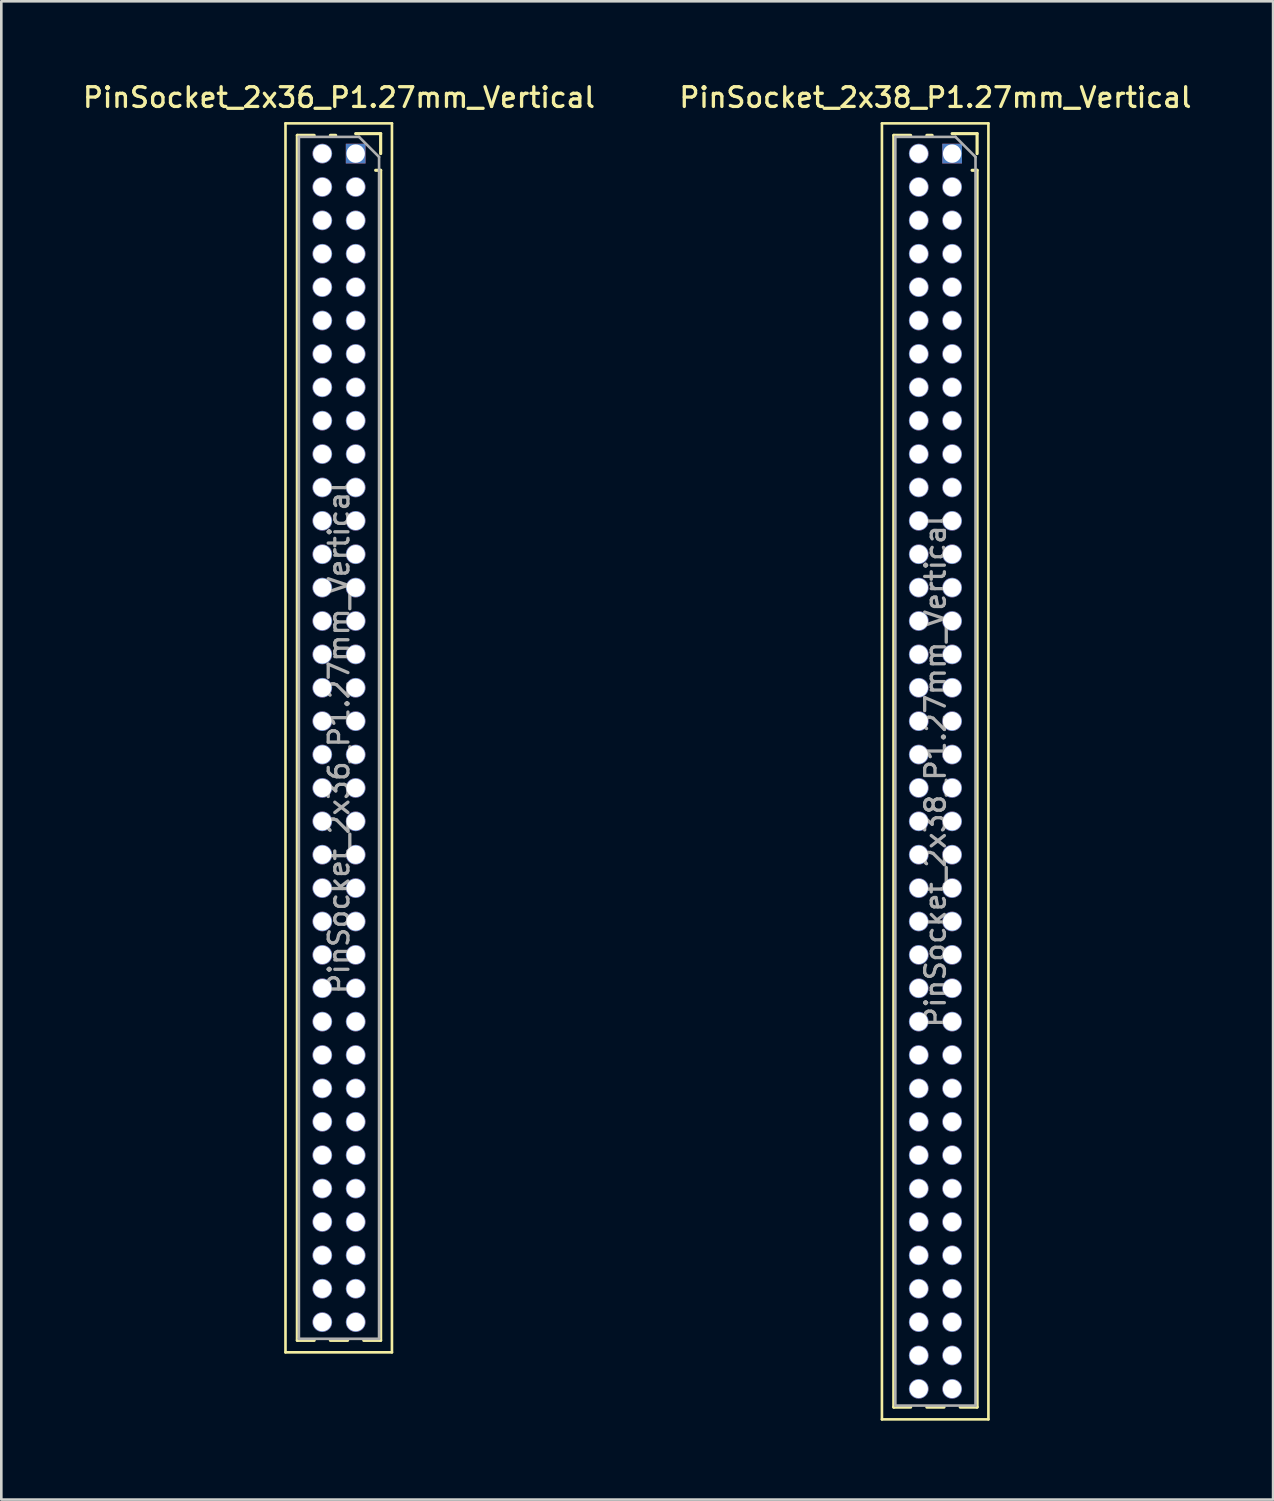
<source format=kicad_pcb>
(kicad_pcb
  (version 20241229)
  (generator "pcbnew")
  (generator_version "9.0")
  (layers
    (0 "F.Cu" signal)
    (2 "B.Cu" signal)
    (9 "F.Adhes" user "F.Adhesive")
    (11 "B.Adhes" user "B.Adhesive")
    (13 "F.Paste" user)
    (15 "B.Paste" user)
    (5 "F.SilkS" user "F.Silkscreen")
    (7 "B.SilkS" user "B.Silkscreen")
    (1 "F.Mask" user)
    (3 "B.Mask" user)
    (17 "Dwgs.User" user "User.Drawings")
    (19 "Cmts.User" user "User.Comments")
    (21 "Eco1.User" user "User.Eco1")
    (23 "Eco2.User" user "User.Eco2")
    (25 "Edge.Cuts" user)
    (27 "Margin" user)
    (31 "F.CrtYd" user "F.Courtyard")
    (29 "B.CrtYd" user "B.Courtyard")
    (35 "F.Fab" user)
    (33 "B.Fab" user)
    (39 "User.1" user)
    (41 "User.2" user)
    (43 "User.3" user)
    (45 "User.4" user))
  (footprint "PinSocket_2x38_P1.27mm_Vertical"
    (layer "F.Cu")
    (at 33.169 2.793)
    (property "Reference" "PinSocket_2x38_P1.27mm_Vertical" (at -0.635 -2.135 0) (layer "F.SilkS") (effects (font (size 0.75 0.75) (thickness 0.125))))
    (attr through_hole)
    (fp_line (start -2.67 -1.15) (end 1.38 -1.15) (stroke (width 0.1) (type solid)) (layer "F.SilkS"))
    (fp_line (start -2.67 48.15) (end -2.67 -1.15) (stroke (width 0.1) (type solid)) (layer "F.SilkS"))
    (fp_line (start -2.22 -0.695) (end -2.22 47.685) (stroke (width 0.12) (type solid)) (layer "F.SilkS"))
    (fp_line (start -2.22 -0.695) (end -1.578 -0.695) (stroke (width 0.12) (type solid)) (layer "F.SilkS"))
    (fp_line (start -2.22 47.685) (end -1.578 47.685) (stroke (width 0.12) (type solid)) (layer "F.SilkS"))
    (fp_line (start -0.962 -0.695) (end -0.76 -0.695) (stroke (width 0.12) (type solid)) (layer "F.SilkS"))
    (fp_line (start -0.962 47.685) (end -0.308 47.685) (stroke (width 0.12) (type solid)) (layer "F.SilkS"))
    (fp_line (start 0 -0.76) (end 0.95 -0.76) (stroke (width 0.12) (type solid)) (layer "F.SilkS"))
    (fp_line (start 0.308 47.685) (end 0.95 47.685) (stroke (width 0.12) (type solid)) (layer "F.SilkS"))
    (fp_line (start 0.76 0.635) (end 0.95 0.635) (stroke (width 0.12) (type solid)) (layer "F.SilkS"))
    (fp_line (start 0.95 -0.76) (end 0.95 0) (stroke (width 0.12) (type solid)) (layer "F.SilkS"))
    (fp_line (start 0.95 0.635) (end 0.95 47.685) (stroke (width 0.12) (type solid)) (layer "F.SilkS"))
    (fp_line (start 1.38 -1.15) (end 1.38 48.15) (stroke (width 0.1) (type solid)) (layer "F.SilkS"))
    (fp_line (start 1.38 48.15) (end -2.67 48.15) (stroke (width 0.1) (type solid)) (layer "F.SilkS"))
    (fp_line (start -2.16 -0.635) (end 0.128 -0.635) (stroke (width 0.1) (type solid)) (layer "F.Fab"))
    (fp_line (start -2.16 47.625) (end -2.16 -0.635) (stroke (width 0.1) (type solid)) (layer "F.Fab"))
    (fp_line (start 0.128 -0.635) (end 0.89 0.128) (stroke (width 0.1) (type solid)) (layer "F.Fab"))
    (fp_line (start 0.89 0.128) (end 0.89 47.625) (stroke (width 0.1) (type solid)) (layer "F.Fab"))
    (fp_line (start 0.89 47.625) (end -2.16 47.625) (stroke (width 0.1) (type solid)) (layer "F.Fab"))
    (fp_text user "${REFERENCE}" (at -0.635 23.495 90) (layer "F.Fab") (effects (font (size 0.75 0.75) (thickness 0.125))))
    (pad "1" thru_hole rect (at 0 0) (size 0.75 0.75) (drill 0.7) (layers "*.Cu" "*.Mask"))
    (pad "2" thru_hole oval (at -1.27 0) (size 0.75 0.75) (drill 0.7) (layers "*.Cu" "*.Mask"))
    (pad "3" thru_hole oval (at 0 1.27) (size 0.75 0.75) (drill 0.7) (layers "*.Cu" "*.Mask"))
    (pad "4" thru_hole oval (at -1.27 1.27) (size 0.75 0.75) (drill 0.7) (layers "*.Cu" "*.Mask"))
    (pad "5" thru_hole oval (at 0 2.54) (size 0.75 0.75) (drill 0.7) (layers "*.Cu" "*.Mask"))
    (pad "6" thru_hole oval (at -1.27 2.54) (size 0.75 0.75) (drill 0.7) (layers "*.Cu" "*.Mask"))
    (pad "7" thru_hole oval (at 0 3.81) (size 0.75 0.75) (drill 0.7) (layers "*.Cu" "*.Mask"))
    (pad "8" thru_hole oval (at -1.27 3.81) (size 0.75 0.75) (drill 0.7) (layers "*.Cu" "*.Mask"))
    (pad "9" thru_hole oval (at 0 5.08) (size 0.75 0.75) (drill 0.7) (layers "*.Cu" "*.Mask"))
    (pad "10" thru_hole oval (at -1.27 5.08) (size 0.75 0.75) (drill 0.7) (layers "*.Cu" "*.Mask"))
    (pad "11" thru_hole oval (at 0 6.35) (size 0.75 0.75) (drill 0.7) (layers "*.Cu" "*.Mask"))
    (pad "12" thru_hole oval (at -1.27 6.35) (size 0.75 0.75) (drill 0.7) (layers "*.Cu" "*.Mask"))
    (pad "13" thru_hole oval (at 0 7.62) (size 0.75 0.75) (drill 0.7) (layers "*.Cu" "*.Mask"))
    (pad "14" thru_hole oval (at -1.27 7.62) (size 0.75 0.75) (drill 0.7) (layers "*.Cu" "*.Mask"))
    (pad "15" thru_hole oval (at 0 8.89) (size 0.75 0.75) (drill 0.7) (layers "*.Cu" "*.Mask"))
    (pad "16" thru_hole oval (at -1.27 8.89) (size 0.75 0.75) (drill 0.7) (layers "*.Cu" "*.Mask"))
    (pad "17" thru_hole oval (at 0 10.16) (size 0.75 0.75) (drill 0.7) (layers "*.Cu" "*.Mask"))
    (pad "18" thru_hole oval (at -1.27 10.16) (size 0.75 0.75) (drill 0.7) (layers "*.Cu" "*.Mask"))
    (pad "19" thru_hole oval (at 0 11.43) (size 0.75 0.75) (drill 0.7) (layers "*.Cu" "*.Mask"))
    (pad "20" thru_hole oval (at -1.27 11.43) (size 0.75 0.75) (drill 0.7) (layers "*.Cu" "*.Mask"))
    (pad "21" thru_hole oval (at 0 12.7) (size 0.75 0.75) (drill 0.7) (layers "*.Cu" "*.Mask"))
    (pad "22" thru_hole oval (at -1.27 12.7) (size 0.75 0.75) (drill 0.7) (layers "*.Cu" "*.Mask"))
    (pad "23" thru_hole oval (at 0 13.97) (size 0.75 0.75) (drill 0.7) (layers "*.Cu" "*.Mask"))
    (pad "24" thru_hole oval (at -1.27 13.97) (size 0.75 0.75) (drill 0.7) (layers "*.Cu" "*.Mask"))
    (pad "25" thru_hole oval (at 0 15.24) (size 0.75 0.75) (drill 0.7) (layers "*.Cu" "*.Mask"))
    (pad "26" thru_hole oval (at -1.27 15.24) (size 0.75 0.75) (drill 0.7) (layers "*.Cu" "*.Mask"))
    (pad "27" thru_hole oval (at 0 16.51) (size 0.75 0.75) (drill 0.7) (layers "*.Cu" "*.Mask"))
    (pad "28" thru_hole oval (at -1.27 16.51) (size 0.75 0.75) (drill 0.7) (layers "*.Cu" "*.Mask"))
    (pad "29" thru_hole oval (at 0 17.78) (size 0.75 0.75) (drill 0.7) (layers "*.Cu" "*.Mask"))
    (pad "30" thru_hole oval (at -1.27 17.78) (size 0.75 0.75) (drill 0.7) (layers "*.Cu" "*.Mask"))
    (pad "31" thru_hole oval (at 0 19.05) (size 0.75 0.75) (drill 0.7) (layers "*.Cu" "*.Mask"))
    (pad "32" thru_hole oval (at -1.27 19.05) (size 0.75 0.75) (drill 0.7) (layers "*.Cu" "*.Mask"))
    (pad "33" thru_hole oval (at 0 20.32) (size 0.75 0.75) (drill 0.7) (layers "*.Cu" "*.Mask"))
    (pad "34" thru_hole oval (at -1.27 20.32) (size 0.75 0.75) (drill 0.7) (layers "*.Cu" "*.Mask"))
    (pad "35" thru_hole oval (at 0 21.59) (size 0.75 0.75) (drill 0.7) (layers "*.Cu" "*.Mask"))
    (pad "36" thru_hole oval (at -1.27 21.59) (size 0.75 0.75) (drill 0.7) (layers "*.Cu" "*.Mask"))
    (pad "37" thru_hole oval (at 0 22.86) (size 0.75 0.75) (drill 0.7) (layers "*.Cu" "*.Mask"))
    (pad "38" thru_hole oval (at -1.27 22.86) (size 0.75 0.75) (drill 0.7) (layers "*.Cu" "*.Mask"))
    (pad "39" thru_hole oval (at 0 24.13) (size 0.75 0.75) (drill 0.7) (layers "*.Cu" "*.Mask"))
    (pad "40" thru_hole oval (at -1.27 24.13) (size 0.75 0.75) (drill 0.7) (layers "*.Cu" "*.Mask"))
    (pad "41" thru_hole oval (at 0 25.4) (size 0.75 0.75) (drill 0.7) (layers "*.Cu" "*.Mask"))
    (pad "42" thru_hole oval (at -1.27 25.4) (size 0.75 0.75) (drill 0.7) (layers "*.Cu" "*.Mask"))
    (pad "43" thru_hole oval (at 0 26.67) (size 0.75 0.75) (drill 0.7) (layers "*.Cu" "*.Mask"))
    (pad "44" thru_hole oval (at -1.27 26.67) (size 0.75 0.75) (drill 0.7) (layers "*.Cu" "*.Mask"))
    (pad "45" thru_hole oval (at 0 27.94) (size 0.75 0.75) (drill 0.7) (layers "*.Cu" "*.Mask"))
    (pad "46" thru_hole oval (at -1.27 27.94) (size 0.75 0.75) (drill 0.7) (layers "*.Cu" "*.Mask"))
    (pad "47" thru_hole oval (at 0 29.21) (size 0.75 0.75) (drill 0.7) (layers "*.Cu" "*.Mask"))
    (pad "48" thru_hole oval (at -1.27 29.21) (size 0.75 0.75) (drill 0.7) (layers "*.Cu" "*.Mask"))
    (pad "49" thru_hole oval (at 0 30.48) (size 0.75 0.75) (drill 0.7) (layers "*.Cu" "*.Mask"))
    (pad "50" thru_hole oval (at -1.27 30.48) (size 0.75 0.75) (drill 0.7) (layers "*.Cu" "*.Mask"))
    (pad "51" thru_hole oval (at 0 31.75) (size 0.75 0.75) (drill 0.7) (layers "*.Cu" "*.Mask"))
    (pad "52" thru_hole oval (at -1.27 31.75) (size 0.75 0.75) (drill 0.7) (layers "*.Cu" "*.Mask"))
    (pad "53" thru_hole oval (at 0 33.02) (size 0.75 0.75) (drill 0.7) (layers "*.Cu" "*.Mask"))
    (pad "54" thru_hole oval (at -1.27 33.02) (size 0.75 0.75) (drill 0.7) (layers "*.Cu" "*.Mask"))
    (pad "55" thru_hole oval (at 0 34.29) (size 0.75 0.75) (drill 0.7) (layers "*.Cu" "*.Mask"))
    (pad "56" thru_hole oval (at -1.27 34.29) (size 0.75 0.75) (drill 0.7) (layers "*.Cu" "*.Mask"))
    (pad "57" thru_hole oval (at 0 35.56) (size 0.75 0.75) (drill 0.7) (layers "*.Cu" "*.Mask"))
    (pad "58" thru_hole oval (at -1.27 35.56) (size 0.75 0.75) (drill 0.7) (layers "*.Cu" "*.Mask"))
    (pad "59" thru_hole oval (at 0 36.83) (size 0.75 0.75) (drill 0.7) (layers "*.Cu" "*.Mask"))
    (pad "60" thru_hole oval (at -1.27 36.83) (size 0.75 0.75) (drill 0.7) (layers "*.Cu" "*.Mask"))
    (pad "61" thru_hole oval (at 0 38.1) (size 0.75 0.75) (drill 0.7) (layers "*.Cu" "*.Mask"))
    (pad "62" thru_hole oval (at -1.27 38.1) (size 0.75 0.75) (drill 0.7) (layers "*.Cu" "*.Mask"))
    (pad "63" thru_hole oval (at 0 39.37) (size 0.75 0.75) (drill 0.7) (layers "*.Cu" "*.Mask"))
    (pad "64" thru_hole oval (at -1.27 39.37) (size 0.75 0.75) (drill 0.7) (layers "*.Cu" "*.Mask"))
    (pad "65" thru_hole oval (at 0 40.64) (size 0.75 0.75) (drill 0.7) (layers "*.Cu" "*.Mask"))
    (pad "66" thru_hole oval (at -1.27 40.64) (size 0.75 0.75) (drill 0.7) (layers "*.Cu" "*.Mask"))
    (pad "67" thru_hole oval (at 0 41.91) (size 0.75 0.75) (drill 0.7) (layers "*.Cu" "*.Mask"))
    (pad "68" thru_hole oval (at -1.27 41.91) (size 0.75 0.75) (drill 0.7) (layers "*.Cu" "*.Mask"))
    (pad "69" thru_hole oval (at 0 43.18) (size 0.75 0.75) (drill 0.7) (layers "*.Cu" "*.Mask"))
    (pad "70" thru_hole oval (at -1.27 43.18) (size 0.75 0.75) (drill 0.7) (layers "*.Cu" "*.Mask"))
    (pad "71" thru_hole oval (at 0 44.45) (size 0.75 0.75) (drill 0.7) (layers "*.Cu" "*.Mask"))
    (pad "72" thru_hole oval (at -1.27 44.45) (size 0.75 0.75) (drill 0.7) (layers "*.Cu" "*.Mask"))
    (pad "73" thru_hole oval (at 0 45.72) (size 0.75 0.75) (drill 0.7) (layers "*.Cu" "*.Mask"))
    (pad "74" thru_hole oval (at -1.27 45.72) (size 0.75 0.75) (drill 0.7) (layers "*.Cu" "*.Mask"))
    (pad "75" thru_hole oval (at 0 46.99) (size 0.75 0.75) (drill 0.7) (layers "*.Cu" "*.Mask"))
    (pad "76" thru_hole oval (at -1.27 46.99) (size 0.75 0.75) (drill 0.7) (layers "*.Cu" "*.Mask")))
  (footprint "PinSocket_2x36_P1.27mm_Vertical"
    (layer "F.Cu")
    (at 10.48 2.793)
    (property "Reference" "PinSocket_2x36_P1.27mm_Vertical" (at -0.635 -2.135 0) (layer "F.SilkS") (effects (font (size 0.75 0.75) (thickness 0.125))))
    (attr through_hole)
    (fp_line (start -2.67 -1.15) (end 1.38 -1.15) (stroke (width 0.1) (type solid)) (layer "F.SilkS"))
    (fp_line (start -2.67 45.6) (end -2.67 -1.15) (stroke (width 0.1) (type solid)) (layer "F.SilkS"))
    (fp_line (start -2.22 -0.695) (end -2.22 45.145) (stroke (width 0.12) (type solid)) (layer "F.SilkS"))
    (fp_line (start -2.22 -0.695) (end -1.578 -0.695) (stroke (width 0.12) (type solid)) (layer "F.SilkS"))
    (fp_line (start -2.22 45.145) (end -1.578 45.145) (stroke (width 0.12) (type solid)) (layer "F.SilkS"))
    (fp_line (start -0.962 -0.695) (end -0.76 -0.695) (stroke (width 0.12) (type solid)) (layer "F.SilkS"))
    (fp_line (start -0.962 45.145) (end -0.308 45.145) (stroke (width 0.12) (type solid)) (layer "F.SilkS"))
    (fp_line (start 0 -0.76) (end 0.95 -0.76) (stroke (width 0.12) (type solid)) (layer "F.SilkS"))
    (fp_line (start 0.308 45.145) (end 0.95 45.145) (stroke (width 0.12) (type solid)) (layer "F.SilkS"))
    (fp_line (start 0.76 0.635) (end 0.95 0.635) (stroke (width 0.12) (type solid)) (layer "F.SilkS"))
    (fp_line (start 0.95 -0.76) (end 0.95 0) (stroke (width 0.12) (type solid)) (layer "F.SilkS"))
    (fp_line (start 0.95 0.635) (end 0.95 45.145) (stroke (width 0.12) (type solid)) (layer "F.SilkS"))
    (fp_line (start 1.38 -1.15) (end 1.38 45.6) (stroke (width 0.1) (type solid)) (layer "F.SilkS"))
    (fp_line (start 1.38 45.6) (end -2.67 45.6) (stroke (width 0.1) (type solid)) (layer "F.SilkS"))
    (fp_line (start -2.16 -0.635) (end 0.128 -0.635) (stroke (width 0.1) (type solid)) (layer "F.Fab"))
    (fp_line (start -2.16 45.085) (end -2.16 -0.635) (stroke (width 0.1) (type solid)) (layer "F.Fab"))
    (fp_line (start 0.128 -0.635) (end 0.89 0.128) (stroke (width 0.1) (type solid)) (layer "F.Fab"))
    (fp_line (start 0.89 0.128) (end 0.89 45.085) (stroke (width 0.1) (type solid)) (layer "F.Fab"))
    (fp_line (start 0.89 45.085) (end -2.16 45.085) (stroke (width 0.1) (type solid)) (layer "F.Fab"))
    (fp_text user "${REFERENCE}" (at -0.635 22.225 90) (layer "F.Fab") (effects (font (size 0.75 0.75) (thickness 0.125))))
    (pad "1" thru_hole rect (at 0 0) (size 0.75 0.75) (drill 0.7) (layers "*.Cu" "*.Mask"))
    (pad "2" thru_hole oval (at -1.27 0) (size 0.75 0.75) (drill 0.7) (layers "*.Cu" "*.Mask"))
    (pad "3" thru_hole oval (at 0 1.27) (size 0.75 0.75) (drill 0.7) (layers "*.Cu" "*.Mask"))
    (pad "4" thru_hole oval (at -1.27 1.27) (size 0.75 0.75) (drill 0.7) (layers "*.Cu" "*.Mask"))
    (pad "5" thru_hole oval (at 0 2.54) (size 0.75 0.75) (drill 0.7) (layers "*.Cu" "*.Mask"))
    (pad "6" thru_hole oval (at -1.27 2.54) (size 0.75 0.75) (drill 0.7) (layers "*.Cu" "*.Mask"))
    (pad "7" thru_hole oval (at 0 3.81) (size 0.75 0.75) (drill 0.7) (layers "*.Cu" "*.Mask"))
    (pad "8" thru_hole oval (at -1.27 3.81) (size 0.75 0.75) (drill 0.7) (layers "*.Cu" "*.Mask"))
    (pad "9" thru_hole oval (at 0 5.08) (size 0.75 0.75) (drill 0.7) (layers "*.Cu" "*.Mask"))
    (pad "10" thru_hole oval (at -1.27 5.08) (size 0.75 0.75) (drill 0.7) (layers "*.Cu" "*.Mask"))
    (pad "11" thru_hole oval (at 0 6.35) (size 0.75 0.75) (drill 0.7) (layers "*.Cu" "*.Mask"))
    (pad "12" thru_hole oval (at -1.27 6.35) (size 0.75 0.75) (drill 0.7) (layers "*.Cu" "*.Mask"))
    (pad "13" thru_hole oval (at 0 7.62) (size 0.75 0.75) (drill 0.7) (layers "*.Cu" "*.Mask"))
    (pad "14" thru_hole oval (at -1.27 7.62) (size 0.75 0.75) (drill 0.7) (layers "*.Cu" "*.Mask"))
    (pad "15" thru_hole oval (at 0 8.89) (size 0.75 0.75) (drill 0.7) (layers "*.Cu" "*.Mask"))
    (pad "16" thru_hole oval (at -1.27 8.89) (size 0.75 0.75) (drill 0.7) (layers "*.Cu" "*.Mask"))
    (pad "17" thru_hole oval (at 0 10.16) (size 0.75 0.75) (drill 0.7) (layers "*.Cu" "*.Mask"))
    (pad "18" thru_hole oval (at -1.27 10.16) (size 0.75 0.75) (drill 0.7) (layers "*.Cu" "*.Mask"))
    (pad "19" thru_hole oval (at 0 11.43) (size 0.75 0.75) (drill 0.7) (layers "*.Cu" "*.Mask"))
    (pad "20" thru_hole oval (at -1.27 11.43) (size 0.75 0.75) (drill 0.7) (layers "*.Cu" "*.Mask"))
    (pad "21" thru_hole oval (at 0 12.7) (size 0.75 0.75) (drill 0.7) (layers "*.Cu" "*.Mask"))
    (pad "22" thru_hole oval (at -1.27 12.7) (size 0.75 0.75) (drill 0.7) (layers "*.Cu" "*.Mask"))
    (pad "23" thru_hole oval (at 0 13.97) (size 0.75 0.75) (drill 0.7) (layers "*.Cu" "*.Mask"))
    (pad "24" thru_hole oval (at -1.27 13.97) (size 0.75 0.75) (drill 0.7) (layers "*.Cu" "*.Mask"))
    (pad "25" thru_hole oval (at 0 15.24) (size 0.75 0.75) (drill 0.7) (layers "*.Cu" "*.Mask"))
    (pad "26" thru_hole oval (at -1.27 15.24) (size 0.75 0.75) (drill 0.7) (layers "*.Cu" "*.Mask"))
    (pad "27" thru_hole oval (at 0 16.51) (size 0.75 0.75) (drill 0.7) (layers "*.Cu" "*.Mask"))
    (pad "28" thru_hole oval (at -1.27 16.51) (size 0.75 0.75) (drill 0.7) (layers "*.Cu" "*.Mask"))
    (pad "29" thru_hole oval (at 0 17.78) (size 0.75 0.75) (drill 0.7) (layers "*.Cu" "*.Mask"))
    (pad "30" thru_hole oval (at -1.27 17.78) (size 0.75 0.75) (drill 0.7) (layers "*.Cu" "*.Mask"))
    (pad "31" thru_hole oval (at 0 19.05) (size 0.75 0.75) (drill 0.7) (layers "*.Cu" "*.Mask"))
    (pad "32" thru_hole oval (at -1.27 19.05) (size 0.75 0.75) (drill 0.7) (layers "*.Cu" "*.Mask"))
    (pad "33" thru_hole oval (at 0 20.32) (size 0.75 0.75) (drill 0.7) (layers "*.Cu" "*.Mask"))
    (pad "34" thru_hole oval (at -1.27 20.32) (size 0.75 0.75) (drill 0.7) (layers "*.Cu" "*.Mask"))
    (pad "35" thru_hole oval (at 0 21.59) (size 0.75 0.75) (drill 0.7) (layers "*.Cu" "*.Mask"))
    (pad "36" thru_hole oval (at -1.27 21.59) (size 0.75 0.75) (drill 0.7) (layers "*.Cu" "*.Mask"))
    (pad "37" thru_hole oval (at 0 22.86) (size 0.75 0.75) (drill 0.7) (layers "*.Cu" "*.Mask"))
    (pad "38" thru_hole oval (at -1.27 22.86) (size 0.75 0.75) (drill 0.7) (layers "*.Cu" "*.Mask"))
    (pad "39" thru_hole oval (at 0 24.13) (size 0.75 0.75) (drill 0.7) (layers "*.Cu" "*.Mask"))
    (pad "40" thru_hole oval (at -1.27 24.13) (size 0.75 0.75) (drill 0.7) (layers "*.Cu" "*.Mask"))
    (pad "41" thru_hole oval (at 0 25.4) (size 0.75 0.75) (drill 0.7) (layers "*.Cu" "*.Mask"))
    (pad "42" thru_hole oval (at -1.27 25.4) (size 0.75 0.75) (drill 0.7) (layers "*.Cu" "*.Mask"))
    (pad "43" thru_hole oval (at 0 26.67) (size 0.75 0.75) (drill 0.7) (layers "*.Cu" "*.Mask"))
    (pad "44" thru_hole oval (at -1.27 26.67) (size 0.75 0.75) (drill 0.7) (layers "*.Cu" "*.Mask"))
    (pad "45" thru_hole oval (at 0 27.94) (size 0.75 0.75) (drill 0.7) (layers "*.Cu" "*.Mask"))
    (pad "46" thru_hole oval (at -1.27 27.94) (size 0.75 0.75) (drill 0.7) (layers "*.Cu" "*.Mask"))
    (pad "47" thru_hole oval (at 0 29.21) (size 0.75 0.75) (drill 0.7) (layers "*.Cu" "*.Mask"))
    (pad "48" thru_hole oval (at -1.27 29.21) (size 0.75 0.75) (drill 0.7) (layers "*.Cu" "*.Mask"))
    (pad "49" thru_hole oval (at 0 30.48) (size 0.75 0.75) (drill 0.7) (layers "*.Cu" "*.Mask"))
    (pad "50" thru_hole oval (at -1.27 30.48) (size 0.75 0.75) (drill 0.7) (layers "*.Cu" "*.Mask"))
    (pad "51" thru_hole oval (at 0 31.75) (size 0.75 0.75) (drill 0.7) (layers "*.Cu" "*.Mask"))
    (pad "52" thru_hole oval (at -1.27 31.75) (size 0.75 0.75) (drill 0.7) (layers "*.Cu" "*.Mask"))
    (pad "53" thru_hole oval (at 0 33.02) (size 0.75 0.75) (drill 0.7) (layers "*.Cu" "*.Mask"))
    (pad "54" thru_hole oval (at -1.27 33.02) (size 0.75 0.75) (drill 0.7) (layers "*.Cu" "*.Mask"))
    (pad "55" thru_hole oval (at 0 34.29) (size 0.75 0.75) (drill 0.7) (layers "*.Cu" "*.Mask"))
    (pad "56" thru_hole oval (at -1.27 34.29) (size 0.75 0.75) (drill 0.7) (layers "*.Cu" "*.Mask"))
    (pad "57" thru_hole oval (at 0 35.56) (size 0.75 0.75) (drill 0.7) (layers "*.Cu" "*.Mask"))
    (pad "58" thru_hole oval (at -1.27 35.56) (size 0.75 0.75) (drill 0.7) (layers "*.Cu" "*.Mask"))
    (pad "59" thru_hole oval (at 0 36.83) (size 0.75 0.75) (drill 0.7) (layers "*.Cu" "*.Mask"))
    (pad "60" thru_hole oval (at -1.27 36.83) (size 0.75 0.75) (drill 0.7) (layers "*.Cu" "*.Mask"))
    (pad "61" thru_hole oval (at 0 38.1) (size 0.75 0.75) (drill 0.7) (layers "*.Cu" "*.Mask"))
    (pad "62" thru_hole oval (at -1.27 38.1) (size 0.75 0.75) (drill 0.7) (layers "*.Cu" "*.Mask"))
    (pad "63" thru_hole oval (at 0 39.37) (size 0.75 0.75) (drill 0.7) (layers "*.Cu" "*.Mask"))
    (pad "64" thru_hole oval (at -1.27 39.37) (size 0.75 0.75) (drill 0.7) (layers "*.Cu" "*.Mask"))
    (pad "65" thru_hole oval (at 0 40.64) (size 0.75 0.75) (drill 0.7) (layers "*.Cu" "*.Mask"))
    (pad "66" thru_hole oval (at -1.27 40.64) (size 0.75 0.75) (drill 0.7) (layers "*.Cu" "*.Mask"))
    (pad "67" thru_hole oval (at 0 41.91) (size 0.75 0.75) (drill 0.7) (layers "*.Cu" "*.Mask"))
    (pad "68" thru_hole oval (at -1.27 41.91) (size 0.75 0.75) (drill 0.7) (layers "*.Cu" "*.Mask"))
    (pad "69" thru_hole oval (at 0 43.18) (size 0.75 0.75) (drill 0.7) (layers "*.Cu" "*.Mask"))
    (pad "70" thru_hole oval (at -1.27 43.18) (size 0.75 0.75) (drill 0.7) (layers "*.Cu" "*.Mask"))
    (pad "71" thru_hole oval (at 0 44.45) (size 0.75 0.75) (drill 0.7) (layers "*.Cu" "*.Mask"))
    (pad "72" thru_hole oval (at -1.27 44.45) (size 0.75 0.75) (drill 0.7) (layers "*.Cu" "*.Mask")))
  (gr_rect
    (start -3 -3)
    (end 45.379 53.993)
    (stroke (width 0.1) (type default))
    (fill no)
    (layer "Edge.Cuts")))
</source>
